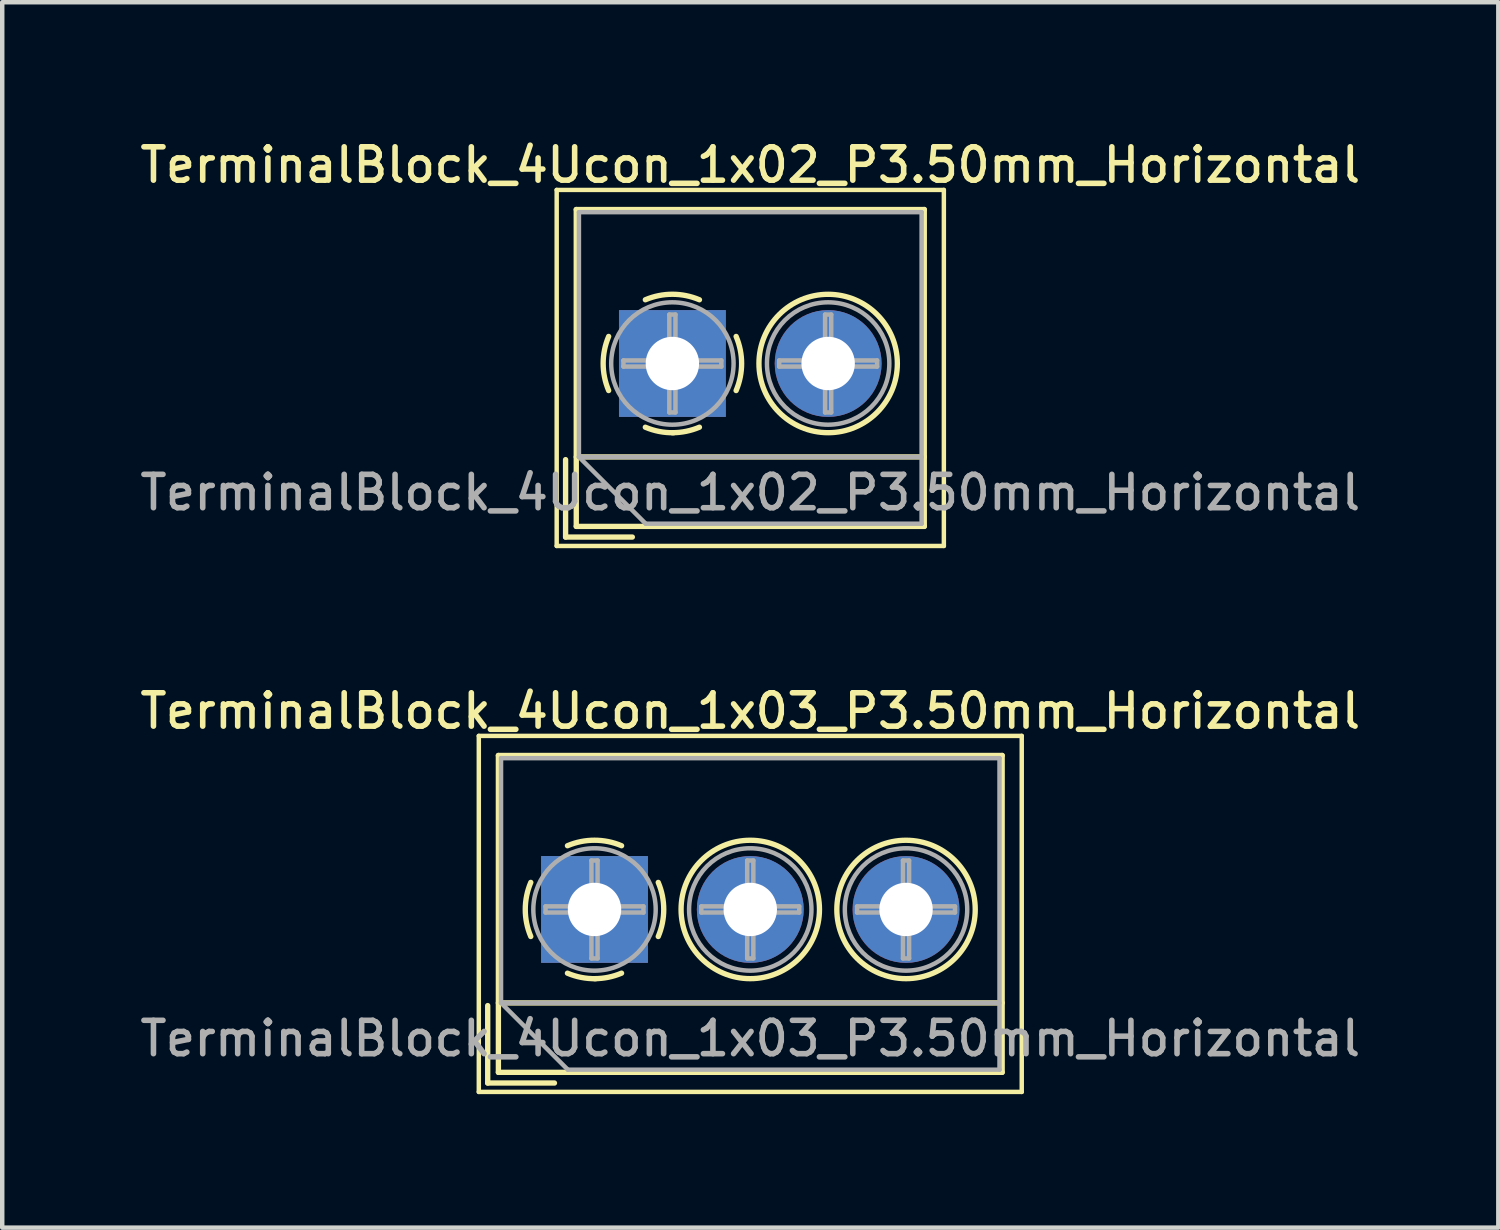
<source format=kicad_pcb>
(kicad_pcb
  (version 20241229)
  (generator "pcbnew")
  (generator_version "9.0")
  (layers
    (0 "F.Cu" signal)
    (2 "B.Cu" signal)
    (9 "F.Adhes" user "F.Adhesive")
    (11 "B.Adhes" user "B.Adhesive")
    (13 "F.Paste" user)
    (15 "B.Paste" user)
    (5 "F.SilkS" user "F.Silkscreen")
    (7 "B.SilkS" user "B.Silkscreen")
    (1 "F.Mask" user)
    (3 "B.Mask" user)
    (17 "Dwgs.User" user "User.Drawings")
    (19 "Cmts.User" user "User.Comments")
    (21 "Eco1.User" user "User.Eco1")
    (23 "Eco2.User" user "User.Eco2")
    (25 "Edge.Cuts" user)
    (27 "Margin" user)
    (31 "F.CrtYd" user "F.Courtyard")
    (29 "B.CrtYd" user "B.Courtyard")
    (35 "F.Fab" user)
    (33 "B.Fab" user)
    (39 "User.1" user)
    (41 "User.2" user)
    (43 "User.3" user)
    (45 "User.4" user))
  (footprint "TerminalBlock_4Ucon_1x03_P3.50mm_Horizontal"
    (layer "F.Cu")
    (at 10.309 17.386)
    (property "Reference" "TerminalBlock_4Ucon_1x03_P3.50mm_Horizontal" (at 3.5 -4.46 0) (layer "F.SilkS") (effects (font (size 0.75 0.75) (thickness 0.125))))
    (attr through_hole)
    (fp_line (start -2.6 -3.9) (end -2.6 4.1) (stroke (width 0.1) (type solid)) (layer "F.SilkS"))
    (fp_line (start -2.6 4.1) (end 9.6 4.1) (stroke (width 0.1) (type solid)) (layer "F.SilkS"))
    (fp_line (start -2.4 2.16) (end -2.4 3.9) (stroke (width 0.12) (type solid)) (layer "F.SilkS"))
    (fp_line (start -2.4 3.9) (end -0.9 3.9) (stroke (width 0.12) (type solid)) (layer "F.SilkS"))
    (fp_line (start -2.16 -3.46) (end -2.16 3.66) (stroke (width 0.12) (type solid)) (layer "F.SilkS"))
    (fp_line (start -2.16 -3.46) (end 9.16 -3.46) (stroke (width 0.12) (type solid)) (layer "F.SilkS"))
    (fp_line (start -2.16 2.1) (end 9.16 2.1) (stroke (width 0.12) (type solid)) (layer "F.SilkS"))
    (fp_line (start -2.16 3.66) (end 9.16 3.66) (stroke (width 0.12) (type solid)) (layer "F.SilkS"))
    (fp_line (start 9.16 -3.46) (end 9.16 3.66) (stroke (width 0.12) (type solid)) (layer "F.SilkS"))
    (fp_line (start 9.6 -3.9) (end -2.6 -3.9) (stroke (width 0.1) (type solid)) (layer "F.SilkS"))
    (fp_line (start 9.6 4.1) (end 9.6 -3.9) (stroke (width 0.1) (type solid)) (layer "F.SilkS"))
    (fp_arc (start -1.432109 0.607742) (mid -1.555727 -0.00014) (end -1.432 -0.608) (stroke (width 0.12) (type solid)) (layer "F.SilkS"))
    (fp_arc (start -0.607742 -1.432109) (mid 0.00014 -1.555727) (end 0.608 -1.432) (stroke (width 0.12) (type solid)) (layer "F.SilkS"))
    (fp_arc (start 0.027011 1.555493) (mid -0.296984 1.527118) (end -0.608 1.432) (stroke (width 0.12) (type solid)) (layer "F.SilkS"))
    (fp_arc (start 0.607587 1.431385) (mid 0.310017 1.523783) (end 0 1.555) (stroke (width 0.12) (type solid)) (layer "F.SilkS"))
    (fp_arc (start 1.432109 -0.607742) (mid 1.555727 0.00014) (end 1.432 0.608) (stroke (width 0.12) (type solid)) (layer "F.SilkS"))
    (fp_circle (center 3.5 0) (end 5.055 0) (stroke (width 0.12) (type solid)) (fill no) (layer "F.SilkS"))
    (fp_circle (center 7 0) (end 8.555 0) (stroke (width 0.12) (type solid)) (fill no) (layer "F.SilkS"))
    (fp_line (start -2.1 -3.4) (end 9.1 -3.4) (stroke (width 0.1) (type solid)) (layer "F.Fab"))
    (fp_line (start -2.1 2.1) (end -2.1 -3.4) (stroke (width 0.1) (type solid)) (layer "F.Fab"))
    (fp_line (start -2.1 2.1) (end 9.1 2.1) (stroke (width 0.1) (type solid)) (layer "F.Fab"))
    (fp_line (start -1.1 -0.069) (end -0.069 -0.069) (stroke (width 0.1) (type solid)) (layer "F.Fab"))
    (fp_line (start -1.1 0.069) (end -1.1 -0.069) (stroke (width 0.1) (type solid)) (layer "F.Fab"))
    (fp_line (start -0.6 3.6) (end -2.1 2.1) (stroke (width 0.1) (type solid)) (layer "F.Fab"))
    (fp_line (start -0.069 -1.1) (end 0.069 -1.1) (stroke (width 0.1) (type solid)) (layer "F.Fab"))
    (fp_line (start -0.069 -0.069) (end -0.069 -1.1) (stroke (width 0.1) (type solid)) (layer "F.Fab"))
    (fp_line (start -0.069 0.069) (end -1.1 0.069) (stroke (width 0.1) (type solid)) (layer "F.Fab"))
    (fp_line (start -0.069 1.1) (end -0.069 0.069) (stroke (width 0.1) (type solid)) (layer "F.Fab"))
    (fp_line (start 0.069 -1.1) (end 0.069 -0.069) (stroke (width 0.1) (type solid)) (layer "F.Fab"))
    (fp_line (start 0.069 -0.069) (end 1.1 -0.069) (stroke (width 0.1) (type solid)) (layer "F.Fab"))
    (fp_line (start 0.069 0.069) (end 0.069 1.1) (stroke (width 0.1) (type solid)) (layer "F.Fab"))
    (fp_line (start 0.069 1.1) (end -0.069 1.1) (stroke (width 0.1) (type solid)) (layer "F.Fab"))
    (fp_line (start 1.1 -0.069) (end 1.1 0.069) (stroke (width 0.1) (type solid)) (layer "F.Fab"))
    (fp_line (start 1.1 0.069) (end 0.069 0.069) (stroke (width 0.1) (type solid)) (layer "F.Fab"))
    (fp_line (start 2.4 -0.069) (end 3.431 -0.069) (stroke (width 0.1) (type solid)) (layer "F.Fab"))
    (fp_line (start 2.4 0.069) (end 2.4 -0.069) (stroke (width 0.1) (type solid)) (layer "F.Fab"))
    (fp_line (start 3.431 -1.1) (end 3.569 -1.1) (stroke (width 0.1) (type solid)) (layer "F.Fab"))
    (fp_line (start 3.431 -0.069) (end 3.431 -1.1) (stroke (width 0.1) (type solid)) (layer "F.Fab"))
    (fp_line (start 3.431 0.069) (end 2.4 0.069) (stroke (width 0.1) (type solid)) (layer "F.Fab"))
    (fp_line (start 3.431 1.1) (end 3.431 0.069) (stroke (width 0.1) (type solid)) (layer "F.Fab"))
    (fp_line (start 3.569 -1.1) (end 3.569 -0.069) (stroke (width 0.1) (type solid)) (layer "F.Fab"))
    (fp_line (start 3.569 -0.069) (end 4.6 -0.069) (stroke (width 0.1) (type solid)) (layer "F.Fab"))
    (fp_line (start 3.569 0.069) (end 3.569 1.1) (stroke (width 0.1) (type solid)) (layer "F.Fab"))
    (fp_line (start 3.569 1.1) (end 3.431 1.1) (stroke (width 0.1) (type solid)) (layer "F.Fab"))
    (fp_line (start 4.6 -0.069) (end 4.6 0.069) (stroke (width 0.1) (type solid)) (layer "F.Fab"))
    (fp_line (start 4.6 0.069) (end 3.569 0.069) (stroke (width 0.1) (type solid)) (layer "F.Fab"))
    (fp_line (start 5.9 -0.069) (end 6.931 -0.069) (stroke (width 0.1) (type solid)) (layer "F.Fab"))
    (fp_line (start 5.9 0.069) (end 5.9 -0.069) (stroke (width 0.1) (type solid)) (layer "F.Fab"))
    (fp_line (start 6.931 -1.1) (end 7.069 -1.1) (stroke (width 0.1) (type solid)) (layer "F.Fab"))
    (fp_line (start 6.931 -0.069) (end 6.931 -1.1) (stroke (width 0.1) (type solid)) (layer "F.Fab"))
    (fp_line (start 6.931 0.069) (end 5.9 0.069) (stroke (width 0.1) (type solid)) (layer "F.Fab"))
    (fp_line (start 6.931 1.1) (end 6.931 0.069) (stroke (width 0.1) (type solid)) (layer "F.Fab"))
    (fp_line (start 7.069 -1.1) (end 7.069 -0.069) (stroke (width 0.1) (type solid)) (layer "F.Fab"))
    (fp_line (start 7.069 -0.069) (end 8.1 -0.069) (stroke (width 0.1) (type solid)) (layer "F.Fab"))
    (fp_line (start 7.069 0.069) (end 7.069 1.1) (stroke (width 0.1) (type solid)) (layer "F.Fab"))
    (fp_line (start 7.069 1.1) (end 6.931 1.1) (stroke (width 0.1) (type solid)) (layer "F.Fab"))
    (fp_line (start 8.1 -0.069) (end 8.1 0.069) (stroke (width 0.1) (type solid)) (layer "F.Fab"))
    (fp_line (start 8.1 0.069) (end 7.069 0.069) (stroke (width 0.1) (type solid)) (layer "F.Fab"))
    (fp_line (start 9.1 -3.4) (end 9.1 3.6) (stroke (width 0.1) (type solid)) (layer "F.Fab"))
    (fp_line (start 9.1 3.6) (end -0.6 3.6) (stroke (width 0.1) (type solid)) (layer "F.Fab"))
    (fp_circle (center 0 0) (end 1.375 0) (stroke (width 0.1) (type solid)) (fill no) (layer "F.Fab"))
    (fp_circle (center 3.5 0) (end 4.875 0) (stroke (width 0.1) (type solid)) (fill no) (layer "F.Fab"))
    (fp_circle (center 7 0) (end 8.375 0) (stroke (width 0.1) (type solid)) (fill no) (layer "F.Fab"))
    (fp_text user "${REFERENCE}" (at 3.5 2.9 0) (layer "F.Fab") (effects (font (size 0.75 0.75) (thickness 0.125))))
    (pad "1" thru_hole rect (at 0 0) (size 2.4 2.4) (drill 1.2) (layers "*.Cu" "*.Mask"))
    (pad "2" thru_hole circle (at 3.5 0) (size 2.4 2.4) (drill 1.2) (layers "*.Cu" "*.Mask"))
    (pad "3" thru_hole circle (at 7 0) (size 2.4 2.4) (drill 1.2) (layers "*.Cu" "*.Mask")))
  (footprint "TerminalBlock_4Ucon_1x02_P3.50mm_Horizontal"
    (layer "F.Cu")
    (at 12.059 5.118)
    (property "Reference" "TerminalBlock_4Ucon_1x02_P3.50mm_Horizontal" (at 1.75 -4.46 0) (layer "F.SilkS") (effects (font (size 0.75 0.75) (thickness 0.125))))
    (attr through_hole)
    (fp_line (start -2.6 -3.9) (end -2.6 4.1) (stroke (width 0.1) (type solid)) (layer "F.SilkS"))
    (fp_line (start -2.6 4.1) (end 6.1 4.1) (stroke (width 0.1) (type solid)) (layer "F.SilkS"))
    (fp_line (start -2.4 2.16) (end -2.4 3.9) (stroke (width 0.12) (type solid)) (layer "F.SilkS"))
    (fp_line (start -2.4 3.9) (end -0.9 3.9) (stroke (width 0.12) (type solid)) (layer "F.SilkS"))
    (fp_line (start -2.16 -3.46) (end -2.16 3.66) (stroke (width 0.12) (type solid)) (layer "F.SilkS"))
    (fp_line (start -2.16 -3.46) (end 5.66 -3.46) (stroke (width 0.12) (type solid)) (layer "F.SilkS"))
    (fp_line (start -2.16 2.1) (end 5.66 2.1) (stroke (width 0.12) (type solid)) (layer "F.SilkS"))
    (fp_line (start -2.16 3.66) (end 5.66 3.66) (stroke (width 0.12) (type solid)) (layer "F.SilkS"))
    (fp_line (start 5.66 -3.46) (end 5.66 3.66) (stroke (width 0.12) (type solid)) (layer "F.SilkS"))
    (fp_line (start 6.1 -3.9) (end -2.6 -3.9) (stroke (width 0.1) (type solid)) (layer "F.SilkS"))
    (fp_line (start 6.1 4.1) (end 6.1 -3.9) (stroke (width 0.1) (type solid)) (layer "F.SilkS"))
    (fp_arc (start -1.432109 0.607742) (mid -1.555727 -0.00014) (end -1.432 -0.608) (stroke (width 0.12) (type solid)) (layer "F.SilkS"))
    (fp_arc (start -0.607742 -1.432109) (mid 0.00014 -1.555727) (end 0.608 -1.432) (stroke (width 0.12) (type solid)) (layer "F.SilkS"))
    (fp_arc (start 0.027011 1.555493) (mid -0.296984 1.527118) (end -0.608 1.432) (stroke (width 0.12) (type solid)) (layer "F.SilkS"))
    (fp_arc (start 0.607587 1.431385) (mid 0.310017 1.523783) (end 0 1.555) (stroke (width 0.12) (type solid)) (layer "F.SilkS"))
    (fp_arc (start 1.432109 -0.607742) (mid 1.555727 0.00014) (end 1.432 0.608) (stroke (width 0.12) (type solid)) (layer "F.SilkS"))
    (fp_circle (center 3.5 0) (end 5.055 0) (stroke (width 0.12) (type solid)) (fill no) (layer "F.SilkS"))
    (fp_line (start -2.1 -3.4) (end 5.6 -3.4) (stroke (width 0.1) (type solid)) (layer "F.Fab"))
    (fp_line (start -2.1 2.1) (end -2.1 -3.4) (stroke (width 0.1) (type solid)) (layer "F.Fab"))
    (fp_line (start -2.1 2.1) (end 5.6 2.1) (stroke (width 0.1) (type solid)) (layer "F.Fab"))
    (fp_line (start -1.1 -0.069) (end -0.069 -0.069) (stroke (width 0.1) (type solid)) (layer "F.Fab"))
    (fp_line (start -1.1 0.069) (end -1.1 -0.069) (stroke (width 0.1) (type solid)) (layer "F.Fab"))
    (fp_line (start -0.6 3.6) (end -2.1 2.1) (stroke (width 0.1) (type solid)) (layer "F.Fab"))
    (fp_line (start -0.069 -1.1) (end 0.069 -1.1) (stroke (width 0.1) (type solid)) (layer "F.Fab"))
    (fp_line (start -0.069 -0.069) (end -0.069 -1.1) (stroke (width 0.1) (type solid)) (layer "F.Fab"))
    (fp_line (start -0.069 0.069) (end -1.1 0.069) (stroke (width 0.1) (type solid)) (layer "F.Fab"))
    (fp_line (start -0.069 1.1) (end -0.069 0.069) (stroke (width 0.1) (type solid)) (layer "F.Fab"))
    (fp_line (start 0.069 -1.1) (end 0.069 -0.069) (stroke (width 0.1) (type solid)) (layer "F.Fab"))
    (fp_line (start 0.069 -0.069) (end 1.1 -0.069) (stroke (width 0.1) (type solid)) (layer "F.Fab"))
    (fp_line (start 0.069 0.069) (end 0.069 1.1) (stroke (width 0.1) (type solid)) (layer "F.Fab"))
    (fp_line (start 0.069 1.1) (end -0.069 1.1) (stroke (width 0.1) (type solid)) (layer "F.Fab"))
    (fp_line (start 1.1 -0.069) (end 1.1 0.069) (stroke (width 0.1) (type solid)) (layer "F.Fab"))
    (fp_line (start 1.1 0.069) (end 0.069 0.069) (stroke (width 0.1) (type solid)) (layer "F.Fab"))
    (fp_line (start 2.4 -0.069) (end 3.431 -0.069) (stroke (width 0.1) (type solid)) (layer "F.Fab"))
    (fp_line (start 2.4 0.069) (end 2.4 -0.069) (stroke (width 0.1) (type solid)) (layer "F.Fab"))
    (fp_line (start 3.431 -1.1) (end 3.569 -1.1) (stroke (width 0.1) (type solid)) (layer "F.Fab"))
    (fp_line (start 3.431 -0.069) (end 3.431 -1.1) (stroke (width 0.1) (type solid)) (layer "F.Fab"))
    (fp_line (start 3.431 0.069) (end 2.4 0.069) (stroke (width 0.1) (type solid)) (layer "F.Fab"))
    (fp_line (start 3.431 1.1) (end 3.431 0.069) (stroke (width 0.1) (type solid)) (layer "F.Fab"))
    (fp_line (start 3.569 -1.1) (end 3.569 -0.069) (stroke (width 0.1) (type solid)) (layer "F.Fab"))
    (fp_line (start 3.569 -0.069) (end 4.6 -0.069) (stroke (width 0.1) (type solid)) (layer "F.Fab"))
    (fp_line (start 3.569 0.069) (end 3.569 1.1) (stroke (width 0.1) (type solid)) (layer "F.Fab"))
    (fp_line (start 3.569 1.1) (end 3.431 1.1) (stroke (width 0.1) (type solid)) (layer "F.Fab"))
    (fp_line (start 4.6 -0.069) (end 4.6 0.069) (stroke (width 0.1) (type solid)) (layer "F.Fab"))
    (fp_line (start 4.6 0.069) (end 3.569 0.069) (stroke (width 0.1) (type solid)) (layer "F.Fab"))
    (fp_line (start 5.6 -3.4) (end 5.6 3.6) (stroke (width 0.1) (type solid)) (layer "F.Fab"))
    (fp_line (start 5.6 3.6) (end -0.6 3.6) (stroke (width 0.1) (type solid)) (layer "F.Fab"))
    (fp_circle (center 0 0) (end 1.375 0) (stroke (width 0.1) (type solid)) (fill no) (layer "F.Fab"))
    (fp_circle (center 3.5 0) (end 4.875 0) (stroke (width 0.1) (type solid)) (fill no) (layer "F.Fab"))
    (fp_text user "${REFERENCE}" (at 1.75 2.9 0) (layer "F.Fab") (effects (font (size 0.75 0.75) (thickness 0.125))))
    (pad "1" thru_hole rect (at 0 0) (size 2.4 2.4) (drill 1.2) (layers "*.Cu" "*.Mask"))
    (pad "2" thru_hole circle (at 3.5 0) (size 2.4 2.4) (drill 1.2) (layers "*.Cu" "*.Mask")))
  (gr_rect
    (start -3 -3)
    (end 30.618 24.536)
    (stroke (width 0.1) (type default))
    (fill no)
    (layer "Edge.Cuts")))
</source>
